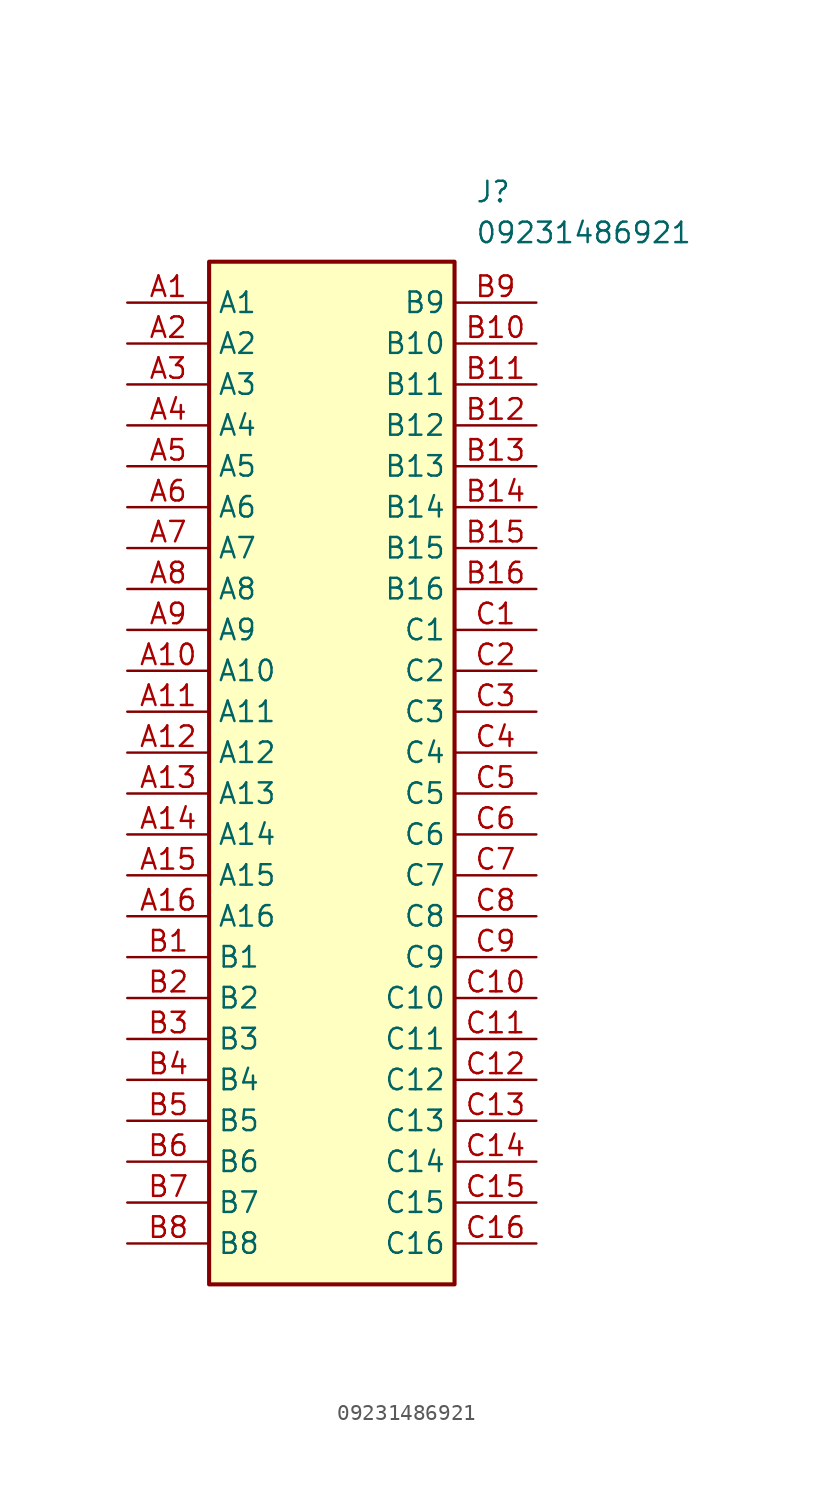
<source format=kicad_sym>
(kicad_symbol_lib
  (version 20220914)
  (generator SamacSys_ECAD_Model)
  (symbol "09231486921"
    (property "Reference" "J"
      (at 21.59 7.62 0)
      (effects (font (size 1.27 1.27)) (justify left top)))
    (property "Value" "09231486921"
      (at 21.59 5.08 0)
      (effects (font (size 1.27 1.27)) (justify left top)))
    (rectangle
      (start 5.08 2.54)
      (end 20.32 -60.96)
      (stroke (width 0.254) (type default))
      (fill (type background)))
    (pin passive line
      (at 0 0 0)
      (length 5.08)
      (name "A1" (effects (font (size 1.27 1.27))))
      (number "A1" (effects (font (size 1.27 1.27)))))
    (pin passive line
      (at 0 -2.54 0)
      (length 5.08)
      (name "A2" (effects (font (size 1.27 1.27))))
      (number "A2" (effects (font (size 1.27 1.27)))))
    (pin passive line
      (at 0 -5.08 0)
      (length 5.08)
      (name "A3" (effects (font (size 1.27 1.27))))
      (number "A3" (effects (font (size 1.27 1.27)))))
    (pin passive line
      (at 0 -7.62 0)
      (length 5.08)
      (name "A4" (effects (font (size 1.27 1.27))))
      (number "A4" (effects (font (size 1.27 1.27)))))
    (pin passive line
      (at 0 -10.16 0)
      (length 5.08)
      (name "A5" (effects (font (size 1.27 1.27))))
      (number "A5" (effects (font (size 1.27 1.27)))))
    (pin passive line
      (at 0 -12.7 0)
      (length 5.08)
      (name "A6" (effects (font (size 1.27 1.27))))
      (number "A6" (effects (font (size 1.27 1.27)))))
    (pin passive line
      (at 0 -15.24 0)
      (length 5.08)
      (name "A7" (effects (font (size 1.27 1.27))))
      (number "A7" (effects (font (size 1.27 1.27)))))
    (pin passive line
      (at 0 -17.78 0)
      (length 5.08)
      (name "A8" (effects (font (size 1.27 1.27))))
      (number "A8" (effects (font (size 1.27 1.27)))))
    (pin passive line
      (at 0 -20.32 0)
      (length 5.08)
      (name "A9" (effects (font (size 1.27 1.27))))
      (number "A9" (effects (font (size 1.27 1.27)))))
    (pin passive line
      (at 0 -22.86 0)
      (length 5.08)
      (name "A10" (effects (font (size 1.27 1.27))))
      (number "A10" (effects (font (size 1.27 1.27)))))
    (pin passive line
      (at 0 -25.4 0)
      (length 5.08)
      (name "A11" (effects (font (size 1.27 1.27))))
      (number "A11" (effects (font (size 1.27 1.27)))))
    (pin passive line
      (at 0 -27.94 0)
      (length 5.08)
      (name "A12" (effects (font (size 1.27 1.27))))
      (number "A12" (effects (font (size 1.27 1.27)))))
    (pin passive line
      (at 0 -30.48 0)
      (length 5.08)
      (name "A13" (effects (font (size 1.27 1.27))))
      (number "A13" (effects (font (size 1.27 1.27)))))
    (pin passive line
      (at 0 -33.02 0)
      (length 5.08)
      (name "A14" (effects (font (size 1.27 1.27))))
      (number "A14" (effects (font (size 1.27 1.27)))))
    (pin passive line
      (at 0 -35.56 0)
      (length 5.08)
      (name "A15" (effects (font (size 1.27 1.27))))
      (number "A15" (effects (font (size 1.27 1.27)))))
    (pin passive line
      (at 0 -38.1 0)
      (length 5.08)
      (name "A16" (effects (font (size 1.27 1.27))))
      (number "A16" (effects (font (size 1.27 1.27)))))
    (pin passive line
      (at 0 -40.64 0)
      (length 5.08)
      (name "B1" (effects (font (size 1.27 1.27))))
      (number "B1" (effects (font (size 1.27 1.27)))))
    (pin passive line
      (at 0 -43.18 0)
      (length 5.08)
      (name "B2" (effects (font (size 1.27 1.27))))
      (number "B2" (effects (font (size 1.27 1.27)))))
    (pin passive line
      (at 0 -45.72 0)
      (length 5.08)
      (name "B3" (effects (font (size 1.27 1.27))))
      (number "B3" (effects (font (size 1.27 1.27)))))
    (pin passive line
      (at 0 -48.26 0)
      (length 5.08)
      (name "B4" (effects (font (size 1.27 1.27))))
      (number "B4" (effects (font (size 1.27 1.27)))))
    (pin passive line
      (at 0 -50.8 0)
      (length 5.08)
      (name "B5" (effects (font (size 1.27 1.27))))
      (number "B5" (effects (font (size 1.27 1.27)))))
    (pin passive line
      (at 0 -53.34 0)
      (length 5.08)
      (name "B6" (effects (font (size 1.27 1.27))))
      (number "B6" (effects (font (size 1.27 1.27)))))
    (pin passive line
      (at 0 -55.88 0)
      (length 5.08)
      (name "B7" (effects (font (size 1.27 1.27))))
      (number "B7" (effects (font (size 1.27 1.27)))))
    (pin passive line
      (at 0 -58.42 0)
      (length 5.08)
      (name "B8" (effects (font (size 1.27 1.27))))
      (number "B8" (effects (font (size 1.27 1.27)))))
    (pin passive line
      (at 25.4 0 180)
      (length 5.08)
      (name "B9" (effects (font (size 1.27 1.27))))
      (number "B9" (effects (font (size 1.27 1.27)))))
    (pin passive line
      (at 25.4 -2.54 180)
      (length 5.08)
      (name "B10" (effects (font (size 1.27 1.27))))
      (number "B10" (effects (font (size 1.27 1.27)))))
    (pin passive line
      (at 25.4 -5.08 180)
      (length 5.08)
      (name "B11" (effects (font (size 1.27 1.27))))
      (number "B11" (effects (font (size 1.27 1.27)))))
    (pin passive line
      (at 25.4 -7.62 180)
      (length 5.08)
      (name "B12" (effects (font (size 1.27 1.27))))
      (number "B12" (effects (font (size 1.27 1.27)))))
    (pin passive line
      (at 25.4 -10.16 180)
      (length 5.08)
      (name "B13" (effects (font (size 1.27 1.27))))
      (number "B13" (effects (font (size 1.27 1.27)))))
    (pin passive line
      (at 25.4 -12.7 180)
      (length 5.08)
      (name "B14" (effects (font (size 1.27 1.27))))
      (number "B14" (effects (font (size 1.27 1.27)))))
    (pin passive line
      (at 25.4 -15.24 180)
      (length 5.08)
      (name "B15" (effects (font (size 1.27 1.27))))
      (number "B15" (effects (font (size 1.27 1.27)))))
    (pin passive line
      (at 25.4 -17.78 180)
      (length 5.08)
      (name "B16" (effects (font (size 1.27 1.27))))
      (number "B16" (effects (font (size 1.27 1.27)))))
    (pin passive line
      (at 25.4 -20.32 180)
      (length 5.08)
      (name "C1" (effects (font (size 1.27 1.27))))
      (number "C1" (effects (font (size 1.27 1.27)))))
    (pin passive line
      (at 25.4 -22.86 180)
      (length 5.08)
      (name "C2" (effects (font (size 1.27 1.27))))
      (number "C2" (effects (font (size 1.27 1.27)))))
    (pin passive line
      (at 25.4 -25.4 180)
      (length 5.08)
      (name "C3" (effects (font (size 1.27 1.27))))
      (number "C3" (effects (font (size 1.27 1.27)))))
    (pin passive line
      (at 25.4 -27.94 180)
      (length 5.08)
      (name "C4" (effects (font (size 1.27 1.27))))
      (number "C4" (effects (font (size 1.27 1.27)))))
    (pin passive line
      (at 25.4 -30.48 180)
      (length 5.08)
      (name "C5" (effects (font (size 1.27 1.27))))
      (number "C5" (effects (font (size 1.27 1.27)))))
    (pin passive line
      (at 25.4 -33.02 180)
      (length 5.08)
      (name "C6" (effects (font (size 1.27 1.27))))
      (number "C6" (effects (font (size 1.27 1.27)))))
    (pin passive line
      (at 25.4 -35.56 180)
      (length 5.08)
      (name "C7" (effects (font (size 1.27 1.27))))
      (number "C7" (effects (font (size 1.27 1.27)))))
    (pin passive line
      (at 25.4 -38.1 180)
      (length 5.08)
      (name "C8" (effects (font (size 1.27 1.27))))
      (number "C8" (effects (font (size 1.27 1.27)))))
    (pin passive line
      (at 25.4 -40.64 180)
      (length 5.08)
      (name "C9" (effects (font (size 1.27 1.27))))
      (number "C9" (effects (font (size 1.27 1.27)))))
    (pin passive line
      (at 25.4 -43.18 180)
      (length 5.08)
      (name "C10" (effects (font (size 1.27 1.27))))
      (number "C10" (effects (font (size 1.27 1.27)))))
    (pin passive line
      (at 25.4 -45.72 180)
      (length 5.08)
      (name "C11" (effects (font (size 1.27 1.27))))
      (number "C11" (effects (font (size 1.27 1.27)))))
    (pin passive line
      (at 25.4 -48.26 180)
      (length 5.08)
      (name "C12" (effects (font (size 1.27 1.27))))
      (number "C12" (effects (font (size 1.27 1.27)))))
    (pin passive line
      (at 25.4 -50.8 180)
      (length 5.08)
      (name "C13" (effects (font (size 1.27 1.27))))
      (number "C13" (effects (font (size 1.27 1.27)))))
    (pin passive line
      (at 25.4 -53.34 180)
      (length 5.08)
      (name "C14" (effects (font (size 1.27 1.27))))
      (number "C14" (effects (font (size 1.27 1.27)))))
    (pin passive line
      (at 25.4 -55.88 180)
      (length 5.08)
      (name "C15" (effects (font (size 1.27 1.27))))
      (number "C15" (effects (font (size 1.27 1.27)))))
    (pin passive line
      (at 25.4 -58.42 180)
      (length 5.08)
      (name "C16" (effects (font (size 1.27 1.27))))
      (number "C16" (effects (font (size 1.27 1.27)))))))
</source>
